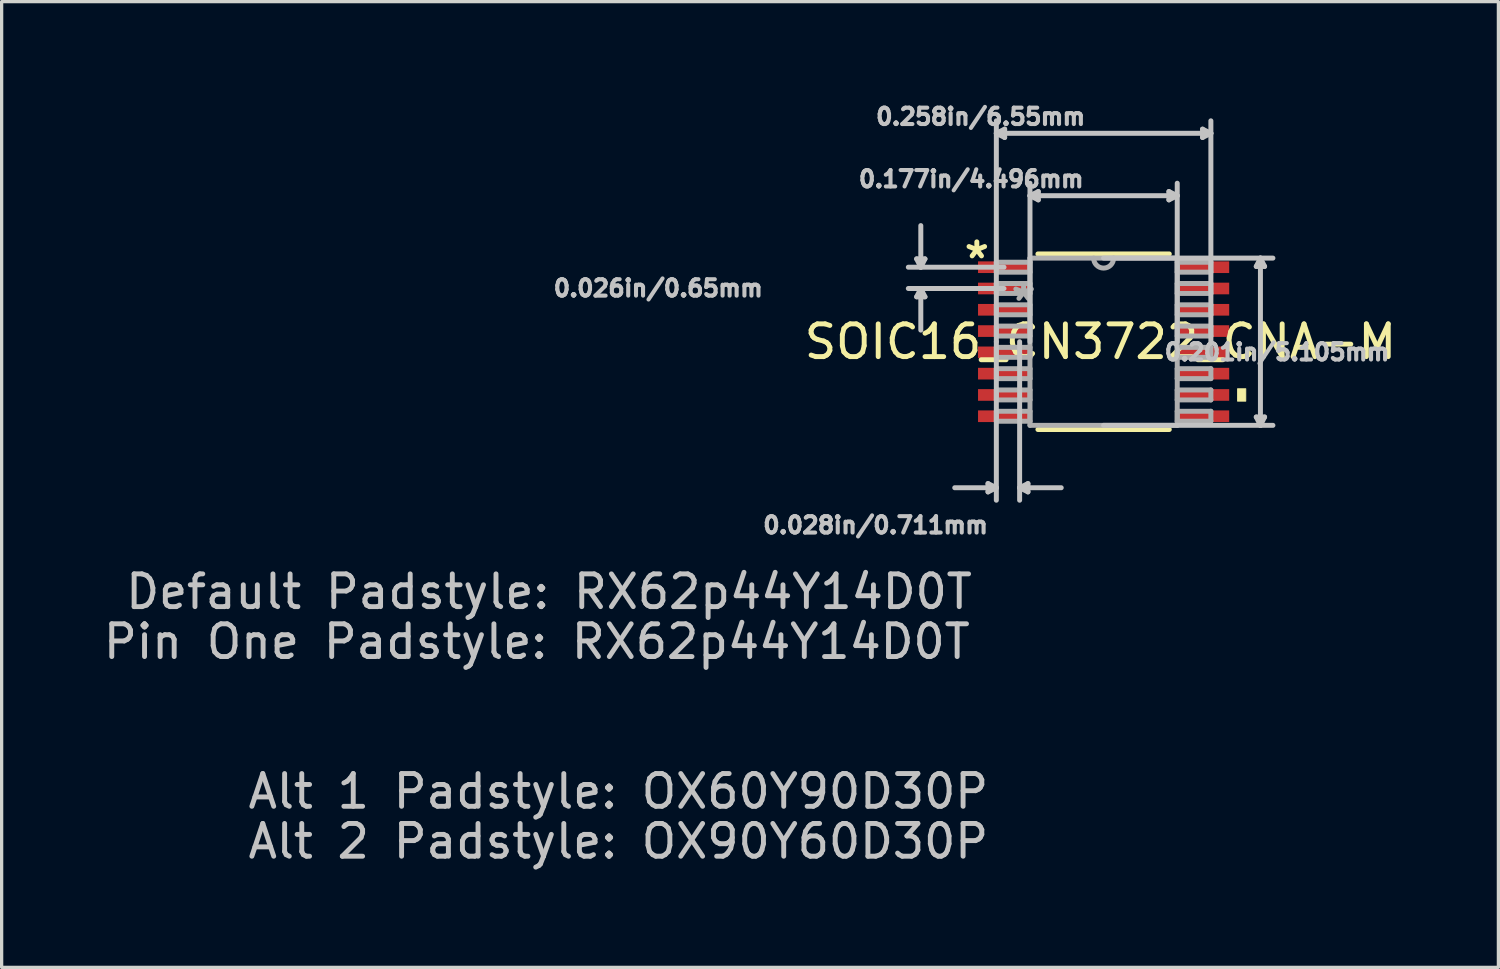
<source format=kicad_pcb>
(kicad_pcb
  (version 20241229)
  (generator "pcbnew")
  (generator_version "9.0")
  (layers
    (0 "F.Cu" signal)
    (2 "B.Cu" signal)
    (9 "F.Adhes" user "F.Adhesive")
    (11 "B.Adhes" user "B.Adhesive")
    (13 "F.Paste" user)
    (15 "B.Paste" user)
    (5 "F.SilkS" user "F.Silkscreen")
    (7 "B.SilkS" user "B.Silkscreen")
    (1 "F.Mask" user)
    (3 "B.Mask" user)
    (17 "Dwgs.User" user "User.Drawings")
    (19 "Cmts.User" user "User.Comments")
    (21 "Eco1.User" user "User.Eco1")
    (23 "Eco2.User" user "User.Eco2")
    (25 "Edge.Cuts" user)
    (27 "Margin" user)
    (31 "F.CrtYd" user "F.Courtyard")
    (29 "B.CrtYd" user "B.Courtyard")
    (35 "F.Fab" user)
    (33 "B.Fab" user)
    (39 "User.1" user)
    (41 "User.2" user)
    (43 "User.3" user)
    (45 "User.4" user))
  (footprint "SOIC16_CN3722_CNA-M"
    (layer "F.Cu")
    (at 30.644 7.383)
    (property "Reference" "SOIC16_CN3722_CNA-M" (at -0.096 0 0) (layer "F.SilkS") (effects (font (size 1 1) (thickness 0.15))))
    (attr smd)
    (fp_line (start -2.005 2.68) (end 2.005 2.68) (stroke (width 0.152) (type solid)) (layer "F.SilkS"))
    (fp_line (start 2.005 -2.68) (end -2.005 -2.68) (stroke (width 0.152) (type solid)) (layer "F.SilkS"))
    (fp_poly (pts (xy 4.342 1.435) (xy 4.342 1.815) (xy 4.088 1.815) (xy 4.088 1.435)) (stroke (width 0.025) (type solid)) (fill yes) (layer "F.SilkS"))
    (fp_line (start -5.708 -2.529) (end -5.454 -2.529) (stroke (width 0.152) (type solid)) (layer "Dwgs.User"))
    (fp_line (start -5.708 -1.371) (end -5.454 -1.371) (stroke (width 0.152) (type solid)) (layer "Dwgs.User"))
    (fp_line (start -5.581 -2.275) (end -5.708 -2.529) (stroke (width 0.152) (type solid)) (layer "Dwgs.User"))
    (fp_line (start -5.581 -2.275) (end -5.581 -3.545) (stroke (width 0.152) (type solid)) (layer "Dwgs.User"))
    (fp_line (start -5.581 -2.275) (end -5.454 -2.529) (stroke (width 0.152) (type solid)) (layer "Dwgs.User"))
    (fp_line (start -5.581 -1.625) (end -5.708 -1.371) (stroke (width 0.152) (type solid)) (layer "Dwgs.User"))
    (fp_line (start -5.581 -1.625) (end -5.581 -0.355) (stroke (width 0.152) (type solid)) (layer "Dwgs.User"))
    (fp_line (start -5.581 -1.625) (end -5.454 -1.371) (stroke (width 0.152) (type solid)) (layer "Dwgs.User"))
    (fp_line (start -3.529 4.331) (end -3.529 4.585) (stroke (width 0.152) (type solid)) (layer "Dwgs.User"))
    (fp_line (start -3.275 -6.363) (end -3.021 -6.49) (stroke (width 0.152) (type solid)) (layer "Dwgs.User"))
    (fp_line (start -3.275 -6.363) (end -3.021 -6.236) (stroke (width 0.152) (type solid)) (layer "Dwgs.User"))
    (fp_line (start -3.275 -6.363) (end 3.275 -6.363) (stroke (width 0.152) (type solid)) (layer "Dwgs.User"))
    (fp_line (start -3.275 0) (end -3.275 -6.744) (stroke (width 0.152) (type solid)) (layer "Dwgs.User"))
    (fp_line (start -3.275 0) (end -3.275 4.839) (stroke (width 0.152) (type solid)) (layer "Dwgs.User"))
    (fp_line (start -3.275 4.458) (end -4.545 4.458) (stroke (width 0.152) (type solid)) (layer "Dwgs.User"))
    (fp_line (start -3.275 4.458) (end -3.529 4.331) (stroke (width 0.152) (type solid)) (layer "Dwgs.User"))
    (fp_line (start -3.275 4.458) (end -3.529 4.585) (stroke (width 0.152) (type solid)) (layer "Dwgs.User"))
    (fp_line (start -3.041 -2.275) (end -5.962 -2.275) (stroke (width 0.152) (type solid)) (layer "Dwgs.User"))
    (fp_line (start -3.041 -1.625) (end -5.962 -1.625) (stroke (width 0.152) (type solid)) (layer "Dwgs.User"))
    (fp_line (start -3.021 -6.49) (end -3.021 -6.236) (stroke (width 0.152) (type solid)) (layer "Dwgs.User"))
    (fp_line (start -2.564 0) (end -2.564 4.839) (stroke (width 0.152) (type solid)) (layer "Dwgs.User"))
    (fp_line (start -2.564 4.458) (end -2.31 4.331) (stroke (width 0.152) (type solid)) (layer "Dwgs.User"))
    (fp_line (start -2.564 4.458) (end -2.31 4.585) (stroke (width 0.152) (type solid)) (layer "Dwgs.User"))
    (fp_line (start -2.564 4.458) (end -1.294 4.458) (stroke (width 0.152) (type solid)) (layer "Dwgs.User"))
    (fp_line (start -2.31 4.331) (end -2.31 4.585) (stroke (width 0.152) (type solid)) (layer "Dwgs.User"))
    (fp_line (start -2.248 -4.458) (end -1.994 -4.585) (stroke (width 0.152) (type solid)) (layer "Dwgs.User"))
    (fp_line (start -2.248 -4.458) (end -1.994 -4.331) (stroke (width 0.152) (type solid)) (layer "Dwgs.User"))
    (fp_line (start -2.248 -4.458) (end 2.248 -4.458) (stroke (width 0.152) (type solid)) (layer "Dwgs.User"))
    (fp_line (start -2.248 0) (end -2.248 -4.839) (stroke (width 0.152) (type solid)) (layer "Dwgs.User"))
    (fp_line (start -1.994 -4.585) (end -1.994 -4.331) (stroke (width 0.152) (type solid)) (layer "Dwgs.User"))
    (fp_line (start 0 -2.553) (end 5.169 -2.553) (stroke (width 0.152) (type solid)) (layer "Dwgs.User"))
    (fp_line (start 0 2.553) (end 5.169 2.553) (stroke (width 0.152) (type solid)) (layer "Dwgs.User"))
    (fp_line (start 1.994 -4.585) (end 1.994 -4.331) (stroke (width 0.152) (type solid)) (layer "Dwgs.User"))
    (fp_line (start 2.248 -4.458) (end 1.994 -4.585) (stroke (width 0.152) (type solid)) (layer "Dwgs.User"))
    (fp_line (start 2.248 -4.458) (end 1.994 -4.331) (stroke (width 0.152) (type solid)) (layer "Dwgs.User"))
    (fp_line (start 2.248 0) (end 2.248 -4.839) (stroke (width 0.152) (type solid)) (layer "Dwgs.User"))
    (fp_line (start 3.021 -6.49) (end 3.021 -6.236) (stroke (width 0.152) (type solid)) (layer "Dwgs.User"))
    (fp_line (start 3.275 -6.363) (end 3.021 -6.49) (stroke (width 0.152) (type solid)) (layer "Dwgs.User"))
    (fp_line (start 3.275 -6.363) (end 3.021 -6.236) (stroke (width 0.152) (type solid)) (layer "Dwgs.User"))
    (fp_line (start 3.275 0) (end 3.275 -6.744) (stroke (width 0.152) (type solid)) (layer "Dwgs.User"))
    (fp_line (start 4.661 -2.299) (end 4.915 -2.299) (stroke (width 0.152) (type solid)) (layer "Dwgs.User"))
    (fp_line (start 4.661 2.299) (end 4.915 2.299) (stroke (width 0.152) (type solid)) (layer "Dwgs.User"))
    (fp_line (start 4.788 -2.553) (end 4.661 -2.299) (stroke (width 0.152) (type solid)) (layer "Dwgs.User"))
    (fp_line (start 4.788 -2.553) (end 4.788 2.553) (stroke (width 0.152) (type solid)) (layer "Dwgs.User"))
    (fp_line (start 4.788 -2.553) (end 4.915 -2.299) (stroke (width 0.152) (type solid)) (layer "Dwgs.User"))
    (fp_line (start 4.788 2.553) (end 4.661 2.299) (stroke (width 0.152) (type solid)) (layer "Dwgs.User"))
    (fp_line (start 4.788 2.553) (end 4.915 2.299) (stroke (width 0.152) (type solid)) (layer "Dwgs.User"))
    (fp_line (start -3.275 -2.427) (end -3.275 -2.123) (stroke (width 0.152) (type solid)) (layer "F.Fab"))
    (fp_line (start -3.275 -2.123) (end -2.248 -2.123) (stroke (width 0.152) (type solid)) (layer "F.Fab"))
    (fp_line (start -3.275 -1.777) (end -3.275 -1.473) (stroke (width 0.152) (type solid)) (layer "F.Fab"))
    (fp_line (start -3.275 -1.473) (end -2.248 -1.473) (stroke (width 0.152) (type solid)) (layer "F.Fab"))
    (fp_line (start -3.275 -1.127) (end -3.275 -0.823) (stroke (width 0.152) (type solid)) (layer "F.Fab"))
    (fp_line (start -3.275 -0.823) (end -2.248 -0.823) (stroke (width 0.152) (type solid)) (layer "F.Fab"))
    (fp_line (start -3.275 -0.477) (end -3.275 -0.173) (stroke (width 0.152) (type solid)) (layer "F.Fab"))
    (fp_line (start -3.275 -0.173) (end -2.248 -0.173) (stroke (width 0.152) (type solid)) (layer "F.Fab"))
    (fp_line (start -3.275 0.173) (end -3.275 0.477) (stroke (width 0.152) (type solid)) (layer "F.Fab"))
    (fp_line (start -3.275 0.477) (end -2.248 0.477) (stroke (width 0.152) (type solid)) (layer "F.Fab"))
    (fp_line (start -3.275 0.823) (end -3.275 1.127) (stroke (width 0.152) (type solid)) (layer "F.Fab"))
    (fp_line (start -3.275 1.127) (end -2.248 1.127) (stroke (width 0.152) (type solid)) (layer "F.Fab"))
    (fp_line (start -3.275 1.473) (end -3.275 1.777) (stroke (width 0.152) (type solid)) (layer "F.Fab"))
    (fp_line (start -3.275 1.777) (end -2.248 1.777) (stroke (width 0.152) (type solid)) (layer "F.Fab"))
    (fp_line (start -3.275 2.123) (end -3.275 2.427) (stroke (width 0.152) (type solid)) (layer "F.Fab"))
    (fp_line (start -3.275 2.427) (end -2.248 2.427) (stroke (width 0.152) (type solid)) (layer "F.Fab"))
    (fp_line (start -2.248 -2.553) (end -2.248 2.553) (stroke (width 0.152) (type solid)) (layer "F.Fab"))
    (fp_line (start -2.248 -2.427) (end -3.275 -2.427) (stroke (width 0.152) (type solid)) (layer "F.Fab"))
    (fp_line (start -2.248 -2.123) (end -2.248 -2.427) (stroke (width 0.152) (type solid)) (layer "F.Fab"))
    (fp_line (start -2.248 -1.777) (end -3.275 -1.777) (stroke (width 0.152) (type solid)) (layer "F.Fab"))
    (fp_line (start -2.248 -1.473) (end -2.248 -1.777) (stroke (width 0.152) (type solid)) (layer "F.Fab"))
    (fp_line (start -2.248 -1.127) (end -3.275 -1.127) (stroke (width 0.152) (type solid)) (layer "F.Fab"))
    (fp_line (start -2.248 -0.823) (end -2.248 -1.127) (stroke (width 0.152) (type solid)) (layer "F.Fab"))
    (fp_line (start -2.248 -0.477) (end -3.275 -0.477) (stroke (width 0.152) (type solid)) (layer "F.Fab"))
    (fp_line (start -2.248 -0.173) (end -2.248 -0.477) (stroke (width 0.152) (type solid)) (layer "F.Fab"))
    (fp_line (start -2.248 0.173) (end -3.275 0.173) (stroke (width 0.152) (type solid)) (layer "F.Fab"))
    (fp_line (start -2.248 0.477) (end -2.248 0.173) (stroke (width 0.152) (type solid)) (layer "F.Fab"))
    (fp_line (start -2.248 0.823) (end -3.275 0.823) (stroke (width 0.152) (type solid)) (layer "F.Fab"))
    (fp_line (start -2.248 1.127) (end -2.248 0.823) (stroke (width 0.152) (type solid)) (layer "F.Fab"))
    (fp_line (start -2.248 1.473) (end -3.275 1.473) (stroke (width 0.152) (type solid)) (layer "F.Fab"))
    (fp_line (start -2.248 1.777) (end -2.248 1.473) (stroke (width 0.152) (type solid)) (layer "F.Fab"))
    (fp_line (start -2.248 2.123) (end -3.275 2.123) (stroke (width 0.152) (type solid)) (layer "F.Fab"))
    (fp_line (start -2.248 2.427) (end -2.248 2.123) (stroke (width 0.152) (type solid)) (layer "F.Fab"))
    (fp_line (start -2.248 2.553) (end 2.248 2.553) (stroke (width 0.152) (type solid)) (layer "F.Fab"))
    (fp_line (start 2.248 -2.553) (end -2.248 -2.553) (stroke (width 0.152) (type solid)) (layer "F.Fab"))
    (fp_line (start 2.248 -2.427) (end 2.248 -2.123) (stroke (width 0.152) (type solid)) (layer "F.Fab"))
    (fp_line (start 2.248 -2.123) (end 3.275 -2.123) (stroke (width 0.152) (type solid)) (layer "F.Fab"))
    (fp_line (start 2.248 -1.777) (end 2.248 -1.473) (stroke (width 0.152) (type solid)) (layer "F.Fab"))
    (fp_line (start 2.248 -1.473) (end 3.275 -1.473) (stroke (width 0.152) (type solid)) (layer "F.Fab"))
    (fp_line (start 2.248 -1.127) (end 2.248 -0.823) (stroke (width 0.152) (type solid)) (layer "F.Fab"))
    (fp_line (start 2.248 -0.823) (end 3.275 -0.823) (stroke (width 0.152) (type solid)) (layer "F.Fab"))
    (fp_line (start 2.248 -0.477) (end 2.248 -0.173) (stroke (width 0.152) (type solid)) (layer "F.Fab"))
    (fp_line (start 2.248 -0.173) (end 3.275 -0.173) (stroke (width 0.152) (type solid)) (layer "F.Fab"))
    (fp_line (start 2.248 0.173) (end 2.248 0.477) (stroke (width 0.152) (type solid)) (layer "F.Fab"))
    (fp_line (start 2.248 0.477) (end 3.275 0.477) (stroke (width 0.152) (type solid)) (layer "F.Fab"))
    (fp_line (start 2.248 0.823) (end 2.248 1.127) (stroke (width 0.152) (type solid)) (layer "F.Fab"))
    (fp_line (start 2.248 1.127) (end 3.275 1.127) (stroke (width 0.152) (type solid)) (layer "F.Fab"))
    (fp_line (start 2.248 1.473) (end 2.248 1.777) (stroke (width 0.152) (type solid)) (layer "F.Fab"))
    (fp_line (start 2.248 1.777) (end 3.275 1.777) (stroke (width 0.152) (type solid)) (layer "F.Fab"))
    (fp_line (start 2.248 2.123) (end 2.248 2.427) (stroke (width 0.152) (type solid)) (layer "F.Fab"))
    (fp_line (start 2.248 2.427) (end 3.275 2.427) (stroke (width 0.152) (type solid)) (layer "F.Fab"))
    (fp_line (start 2.248 2.553) (end 2.248 -2.553) (stroke (width 0.152) (type solid)) (layer "F.Fab"))
    (fp_line (start 3.275 -2.427) (end 2.248 -2.427) (stroke (width 0.152) (type solid)) (layer "F.Fab"))
    (fp_line (start 3.275 -2.123) (end 3.275 -2.427) (stroke (width 0.152) (type solid)) (layer "F.Fab"))
    (fp_line (start 3.275 -1.777) (end 2.248 -1.777) (stroke (width 0.152) (type solid)) (layer "F.Fab"))
    (fp_line (start 3.275 -1.473) (end 3.275 -1.777) (stroke (width 0.152) (type solid)) (layer "F.Fab"))
    (fp_line (start 3.275 -1.127) (end 2.248 -1.127) (stroke (width 0.152) (type solid)) (layer "F.Fab"))
    (fp_line (start 3.275 -0.823) (end 3.275 -1.127) (stroke (width 0.152) (type solid)) (layer "F.Fab"))
    (fp_line (start 3.275 -0.477) (end 2.248 -0.477) (stroke (width 0.152) (type solid)) (layer "F.Fab"))
    (fp_line (start 3.275 -0.173) (end 3.275 -0.477) (stroke (width 0.152) (type solid)) (layer "F.Fab"))
    (fp_line (start 3.275 0.173) (end 2.248 0.173) (stroke (width 0.152) (type solid)) (layer "F.Fab"))
    (fp_line (start 3.275 0.477) (end 3.275 0.173) (stroke (width 0.152) (type solid)) (layer "F.Fab"))
    (fp_line (start 3.275 0.823) (end 2.248 0.823) (stroke (width 0.152) (type solid)) (layer "F.Fab"))
    (fp_line (start 3.275 1.127) (end 3.275 0.823) (stroke (width 0.152) (type solid)) (layer "F.Fab"))
    (fp_line (start 3.275 1.473) (end 2.248 1.473) (stroke (width 0.152) (type solid)) (layer "F.Fab"))
    (fp_line (start 3.275 1.777) (end 3.275 1.473) (stroke (width 0.152) (type solid)) (layer "F.Fab"))
    (fp_line (start 3.275 2.123) (end 2.248 2.123) (stroke (width 0.152) (type solid)) (layer "F.Fab"))
    (fp_line (start 3.275 2.427) (end 3.275 2.123) (stroke (width 0.152) (type solid)) (layer "F.Fab"))
    (fp_arc (start 0.3048 -2.5527) (mid 0 -2.2479) (end -0.3048 -2.5527) (stroke (width 0.1524) (type solid)) (layer "F.Fab"))
    (fp_text user "*" (at -3.871 -2.504 0) (layer "F.SilkS") (effects (font (size 1 1) (thickness 0.15))))
    (fp_text user "Default Padstyle: RX62p44Y14D0T" (at -16.932 7.633 0) (layer "Dwgs.User") (effects (font (size 1 1) (thickness 0.15))))
    (fp_text user "0.028in/0.711mm" (at -6.962 5.601 0) (layer "Dwgs.User") (effects (font (size 0.5 0.5) (thickness 0.15))))
    (fp_text user "Alt 2 Padstyle: OX90Y60D30P" (at -14.814 15.253 0) (layer "Dwgs.User") (effects (font (size 1 1) (thickness 0.15))))
    (fp_text user "0.258in/6.55mm" (at -3.754 -6.871 0) (layer "Dwgs.User") (effects (font (size 0.5 0.5) (thickness 0.15))))
    (fp_text user "Pin One Padstyle: RX62p44Y14D0T" (at -17.305 9.157 0) (layer "Dwgs.User") (effects (font (size 1 1) (thickness 0.15))))
    (fp_text user "Alt 1 Padstyle: OX60Y90D30P" (at -14.814 13.729 0) (layer "Dwgs.User") (effects (font (size 1 1) (thickness 0.15))))
    (fp_text user "0.026in/0.65mm" (at -13.597 -1.633 0) (layer "Dwgs.User") (effects (font (size 0.5 0.5) (thickness 0.15))))
    (fp_text user "0.201in/5.105mm" (at 5.296 0.318 0) (layer "Dwgs.User") (effects (font (size 0.5 0.5) (thickness 0.15))))
    (fp_text user "0.177in/4.496mm" (at -4.042 -4.966 0) (layer "Dwgs.User") (effects (font (size 0.5 0.5) (thickness 0.15))))
    (fp_text user "*" (at -2.443 -1.206 0) (layer "F.Fab") (effects (font (size 1 1) (thickness 0.15))))
    (pad "1" smd rect (at -3.041 -2.275) (size 1.586 0.356) (layers "F.Cu" "F.Mask" "F.Paste"))
    (pad "2" smd rect (at -3.041 -1.625) (size 1.586 0.356) (layers "F.Cu" "F.Mask" "F.Paste"))
    (pad "3" smd rect (at -3.041 -0.975) (size 1.586 0.356) (layers "F.Cu" "F.Mask" "F.Paste"))
    (pad "4" smd rect (at -3.041 -0.325) (size 1.586 0.356) (layers "F.Cu" "F.Mask" "F.Paste"))
    (pad "5" smd rect (at -3.041 0.325) (size 1.586 0.356) (layers "F.Cu" "F.Mask" "F.Paste"))
    (pad "6" smd rect (at -3.041 0.975) (size 1.586 0.356) (layers "F.Cu" "F.Mask" "F.Paste"))
    (pad "7" smd rect (at -3.041 1.625) (size 1.586 0.356) (layers "F.Cu" "F.Mask" "F.Paste"))
    (pad "8" smd rect (at -3.041 2.275) (size 1.586 0.356) (layers "F.Cu" "F.Mask" "F.Paste"))
    (pad "9" smd rect (at 3.041 2.275) (size 1.586 0.356) (layers "F.Cu" "F.Mask" "F.Paste"))
    (pad "10" smd rect (at 3.041 1.625) (size 1.586 0.356) (layers "F.Cu" "F.Mask" "F.Paste"))
    (pad "11" smd rect (at 3.041 0.975) (size 1.586 0.356) (layers "F.Cu" "F.Mask" "F.Paste"))
    (pad "12" smd rect (at 3.041 0.325) (size 1.586 0.356) (layers "F.Cu" "F.Mask" "F.Paste"))
    (pad "13" smd rect (at 3.041 -0.325) (size 1.586 0.356) (layers "F.Cu" "F.Mask" "F.Paste"))
    (pad "14" smd rect (at 3.041 -0.975) (size 1.586 0.356) (layers "F.Cu" "F.Mask" "F.Paste"))
    (pad "15" smd rect (at 3.041 -1.625) (size 1.586 0.356) (layers "F.Cu" "F.Mask" "F.Paste"))
    (pad "16" smd rect (at 3.041 -2.275) (size 1.586 0.356) (layers "F.Cu" "F.Mask" "F.Paste")))
  (gr_rect
    (start -3 -3)
    (end 42.697 26.484)
    (stroke (width 0.1) (type default))
    (fill no)
    (layer "Edge.Cuts")))
</source>
